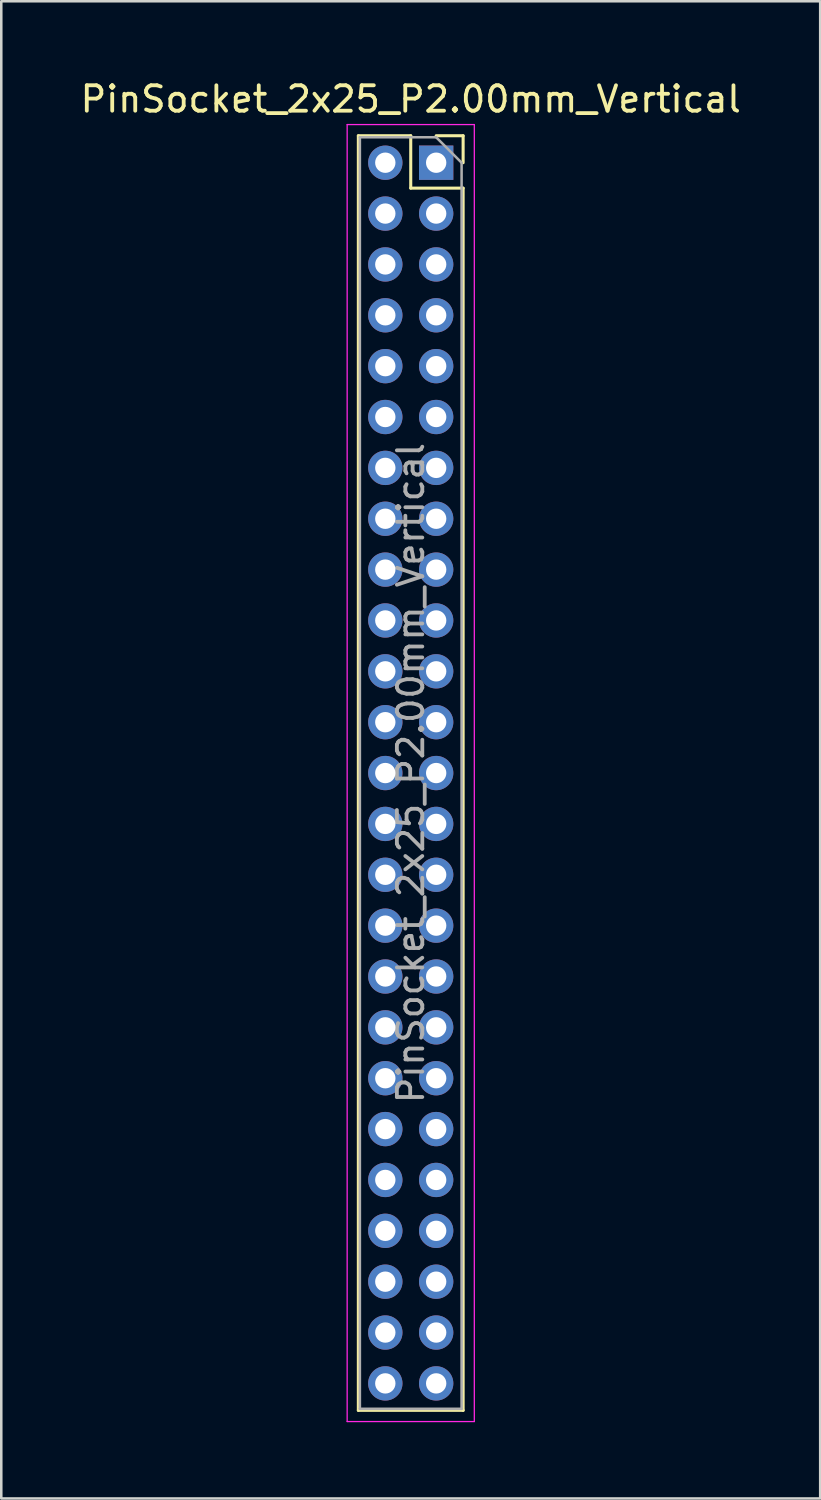
<source format=kicad_pcb>
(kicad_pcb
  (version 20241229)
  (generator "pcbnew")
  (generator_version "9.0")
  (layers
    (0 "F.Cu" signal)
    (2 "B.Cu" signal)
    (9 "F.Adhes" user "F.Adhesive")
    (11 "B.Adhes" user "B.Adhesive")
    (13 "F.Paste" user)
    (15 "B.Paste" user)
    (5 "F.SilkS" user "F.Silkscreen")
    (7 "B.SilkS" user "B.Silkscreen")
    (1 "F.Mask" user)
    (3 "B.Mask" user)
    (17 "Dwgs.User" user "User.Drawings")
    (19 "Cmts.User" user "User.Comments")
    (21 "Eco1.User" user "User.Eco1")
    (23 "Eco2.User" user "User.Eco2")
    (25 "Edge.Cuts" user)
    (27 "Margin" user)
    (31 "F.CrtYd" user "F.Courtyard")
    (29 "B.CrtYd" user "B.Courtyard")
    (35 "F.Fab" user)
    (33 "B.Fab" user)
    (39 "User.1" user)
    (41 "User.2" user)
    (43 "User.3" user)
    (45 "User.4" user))
  (footprint "PinSocket_2x25_P2.00mm_Vertical"
    (layer "F.Cu")
    (at 14.101 3.348)
    (property "Reference" "PinSocket_2x25_P2.00mm_Vertical" (at -1 -2.5 0) (layer "F.SilkS") (effects (font (size 1 1) (thickness 0.15))))
    (attr through_hole)
    (fp_line (start -3.06 -1.06) (end -3.06 49.06) (stroke (width 0.12) (type solid)) (layer "F.SilkS"))
    (fp_line (start -3.06 -1.06) (end -1 -1.06) (stroke (width 0.12) (type solid)) (layer "F.SilkS"))
    (fp_line (start -3.06 49.06) (end 1.06 49.06) (stroke (width 0.12) (type solid)) (layer "F.SilkS"))
    (fp_line (start -1 -1.06) (end -1 1) (stroke (width 0.12) (type solid)) (layer "F.SilkS"))
    (fp_line (start -1 1) (end 1.06 1) (stroke (width 0.12) (type solid)) (layer "F.SilkS"))
    (fp_line (start 0 -1.06) (end 1.06 -1.06) (stroke (width 0.12) (type solid)) (layer "F.SilkS"))
    (fp_line (start 1.06 -1.06) (end 1.06 0) (stroke (width 0.12) (type solid)) (layer "F.SilkS"))
    (fp_line (start 1.06 1) (end 1.06 49.06) (stroke (width 0.12) (type solid)) (layer "F.SilkS"))
    (fp_line (start -3.5 -1.5) (end 1.5 -1.5) (stroke (width 0.05) (type solid)) (layer "F.CrtYd"))
    (fp_line (start -3.5 49.5) (end -3.5 -1.5) (stroke (width 0.05) (type solid)) (layer "F.CrtYd"))
    (fp_line (start 1.5 -1.5) (end 1.5 49.5) (stroke (width 0.05) (type solid)) (layer "F.CrtYd"))
    (fp_line (start 1.5 49.5) (end -3.5 49.5) (stroke (width 0.05) (type solid)) (layer "F.CrtYd"))
    (fp_line (start -3 -1) (end 0 -1) (stroke (width 0.1) (type solid)) (layer "F.Fab"))
    (fp_line (start -3 49) (end -3 -1) (stroke (width 0.1) (type solid)) (layer "F.Fab"))
    (fp_line (start 0 -1) (end 1 0) (stroke (width 0.1) (type solid)) (layer "F.Fab"))
    (fp_line (start 1 0) (end 1 49) (stroke (width 0.1) (type solid)) (layer "F.Fab"))
    (fp_line (start 1 49) (end -3 49) (stroke (width 0.1) (type solid)) (layer "F.Fab"))
    (fp_text user "${REFERENCE}" (at -1 24 90) (layer "F.Fab") (effects (font (size 1 1) (thickness 0.15))))
    (pad "1" thru_hole rect (at 0 0) (size 1.35 1.35) (drill 0.8) (layers "*.Cu" "*.Mask"))
    (pad "2" thru_hole oval (at -2 0) (size 1.35 1.35) (drill 0.8) (layers "*.Cu" "*.Mask"))
    (pad "3" thru_hole oval (at 0 2) (size 1.35 1.35) (drill 0.8) (layers "*.Cu" "*.Mask"))
    (pad "4" thru_hole oval (at -2 2) (size 1.35 1.35) (drill 0.8) (layers "*.Cu" "*.Mask"))
    (pad "5" thru_hole oval (at 0 4) (size 1.35 1.35) (drill 0.8) (layers "*.Cu" "*.Mask"))
    (pad "6" thru_hole oval (at -2 4) (size 1.35 1.35) (drill 0.8) (layers "*.Cu" "*.Mask"))
    (pad "7" thru_hole oval (at 0 6) (size 1.35 1.35) (drill 0.8) (layers "*.Cu" "*.Mask"))
    (pad "8" thru_hole oval (at -2 6) (size 1.35 1.35) (drill 0.8) (layers "*.Cu" "*.Mask"))
    (pad "9" thru_hole oval (at 0 8) (size 1.35 1.35) (drill 0.8) (layers "*.Cu" "*.Mask"))
    (pad "10" thru_hole oval (at -2 8) (size 1.35 1.35) (drill 0.8) (layers "*.Cu" "*.Mask"))
    (pad "11" thru_hole oval (at 0 10) (size 1.35 1.35) (drill 0.8) (layers "*.Cu" "*.Mask"))
    (pad "12" thru_hole oval (at -2 10) (size 1.35 1.35) (drill 0.8) (layers "*.Cu" "*.Mask"))
    (pad "13" thru_hole oval (at 0 12) (size 1.35 1.35) (drill 0.8) (layers "*.Cu" "*.Mask"))
    (pad "14" thru_hole oval (at -2 12) (size 1.35 1.35) (drill 0.8) (layers "*.Cu" "*.Mask"))
    (pad "15" thru_hole oval (at 0 14) (size 1.35 1.35) (drill 0.8) (layers "*.Cu" "*.Mask"))
    (pad "16" thru_hole oval (at -2 14) (size 1.35 1.35) (drill 0.8) (layers "*.Cu" "*.Mask"))
    (pad "17" thru_hole oval (at 0 16) (size 1.35 1.35) (drill 0.8) (layers "*.Cu" "*.Mask"))
    (pad "18" thru_hole oval (at -2 16) (size 1.35 1.35) (drill 0.8) (layers "*.Cu" "*.Mask"))
    (pad "19" thru_hole oval (at 0 18) (size 1.35 1.35) (drill 0.8) (layers "*.Cu" "*.Mask"))
    (pad "20" thru_hole oval (at -2 18) (size 1.35 1.35) (drill 0.8) (layers "*.Cu" "*.Mask"))
    (pad "21" thru_hole oval (at 0 20) (size 1.35 1.35) (drill 0.8) (layers "*.Cu" "*.Mask"))
    (pad "22" thru_hole oval (at -2 20) (size 1.35 1.35) (drill 0.8) (layers "*.Cu" "*.Mask"))
    (pad "23" thru_hole oval (at 0 22) (size 1.35 1.35) (drill 0.8) (layers "*.Cu" "*.Mask"))
    (pad "24" thru_hole oval (at -2 22) (size 1.35 1.35) (drill 0.8) (layers "*.Cu" "*.Mask"))
    (pad "25" thru_hole oval (at 0 24) (size 1.35 1.35) (drill 0.8) (layers "*.Cu" "*.Mask"))
    (pad "26" thru_hole oval (at -2 24) (size 1.35 1.35) (drill 0.8) (layers "*.Cu" "*.Mask"))
    (pad "27" thru_hole oval (at 0 26) (size 1.35 1.35) (drill 0.8) (layers "*.Cu" "*.Mask"))
    (pad "28" thru_hole oval (at -2 26) (size 1.35 1.35) (drill 0.8) (layers "*.Cu" "*.Mask"))
    (pad "29" thru_hole oval (at 0 28) (size 1.35 1.35) (drill 0.8) (layers "*.Cu" "*.Mask"))
    (pad "30" thru_hole oval (at -2 28) (size 1.35 1.35) (drill 0.8) (layers "*.Cu" "*.Mask"))
    (pad "31" thru_hole oval (at 0 30) (size 1.35 1.35) (drill 0.8) (layers "*.Cu" "*.Mask"))
    (pad "32" thru_hole oval (at -2 30) (size 1.35 1.35) (drill 0.8) (layers "*.Cu" "*.Mask"))
    (pad "33" thru_hole oval (at 0 32) (size 1.35 1.35) (drill 0.8) (layers "*.Cu" "*.Mask"))
    (pad "34" thru_hole oval (at -2 32) (size 1.35 1.35) (drill 0.8) (layers "*.Cu" "*.Mask"))
    (pad "35" thru_hole oval (at 0 34) (size 1.35 1.35) (drill 0.8) (layers "*.Cu" "*.Mask"))
    (pad "36" thru_hole oval (at -2 34) (size 1.35 1.35) (drill 0.8) (layers "*.Cu" "*.Mask"))
    (pad "37" thru_hole oval (at 0 36) (size 1.35 1.35) (drill 0.8) (layers "*.Cu" "*.Mask"))
    (pad "38" thru_hole oval (at -2 36) (size 1.35 1.35) (drill 0.8) (layers "*.Cu" "*.Mask"))
    (pad "39" thru_hole oval (at 0 38) (size 1.35 1.35) (drill 0.8) (layers "*.Cu" "*.Mask"))
    (pad "40" thru_hole oval (at -2 38) (size 1.35 1.35) (drill 0.8) (layers "*.Cu" "*.Mask"))
    (pad "41" thru_hole oval (at 0 40) (size 1.35 1.35) (drill 0.8) (layers "*.Cu" "*.Mask"))
    (pad "42" thru_hole oval (at -2 40) (size 1.35 1.35) (drill 0.8) (layers "*.Cu" "*.Mask"))
    (pad "43" thru_hole oval (at 0 42) (size 1.35 1.35) (drill 0.8) (layers "*.Cu" "*.Mask"))
    (pad "44" thru_hole oval (at -2 42) (size 1.35 1.35) (drill 0.8) (layers "*.Cu" "*.Mask"))
    (pad "45" thru_hole oval (at 0 44) (size 1.35 1.35) (drill 0.8) (layers "*.Cu" "*.Mask"))
    (pad "46" thru_hole oval (at -2 44) (size 1.35 1.35) (drill 0.8) (layers "*.Cu" "*.Mask"))
    (pad "47" thru_hole oval (at 0 46) (size 1.35 1.35) (drill 0.8) (layers "*.Cu" "*.Mask"))
    (pad "48" thru_hole oval (at -2 46) (size 1.35 1.35) (drill 0.8) (layers "*.Cu" "*.Mask"))
    (pad "49" thru_hole oval (at 0 48) (size 1.35 1.35) (drill 0.8) (layers "*.Cu" "*.Mask"))
    (pad "50" thru_hole oval (at -2 48) (size 1.35 1.35) (drill 0.8) (layers "*.Cu" "*.Mask")))
  (gr_rect
    (start -3 -3)
    (end 29.202 55.873)
    (stroke (width 0.1) (type default))
    (fill no)
    (layer "Edge.Cuts")))
</source>
